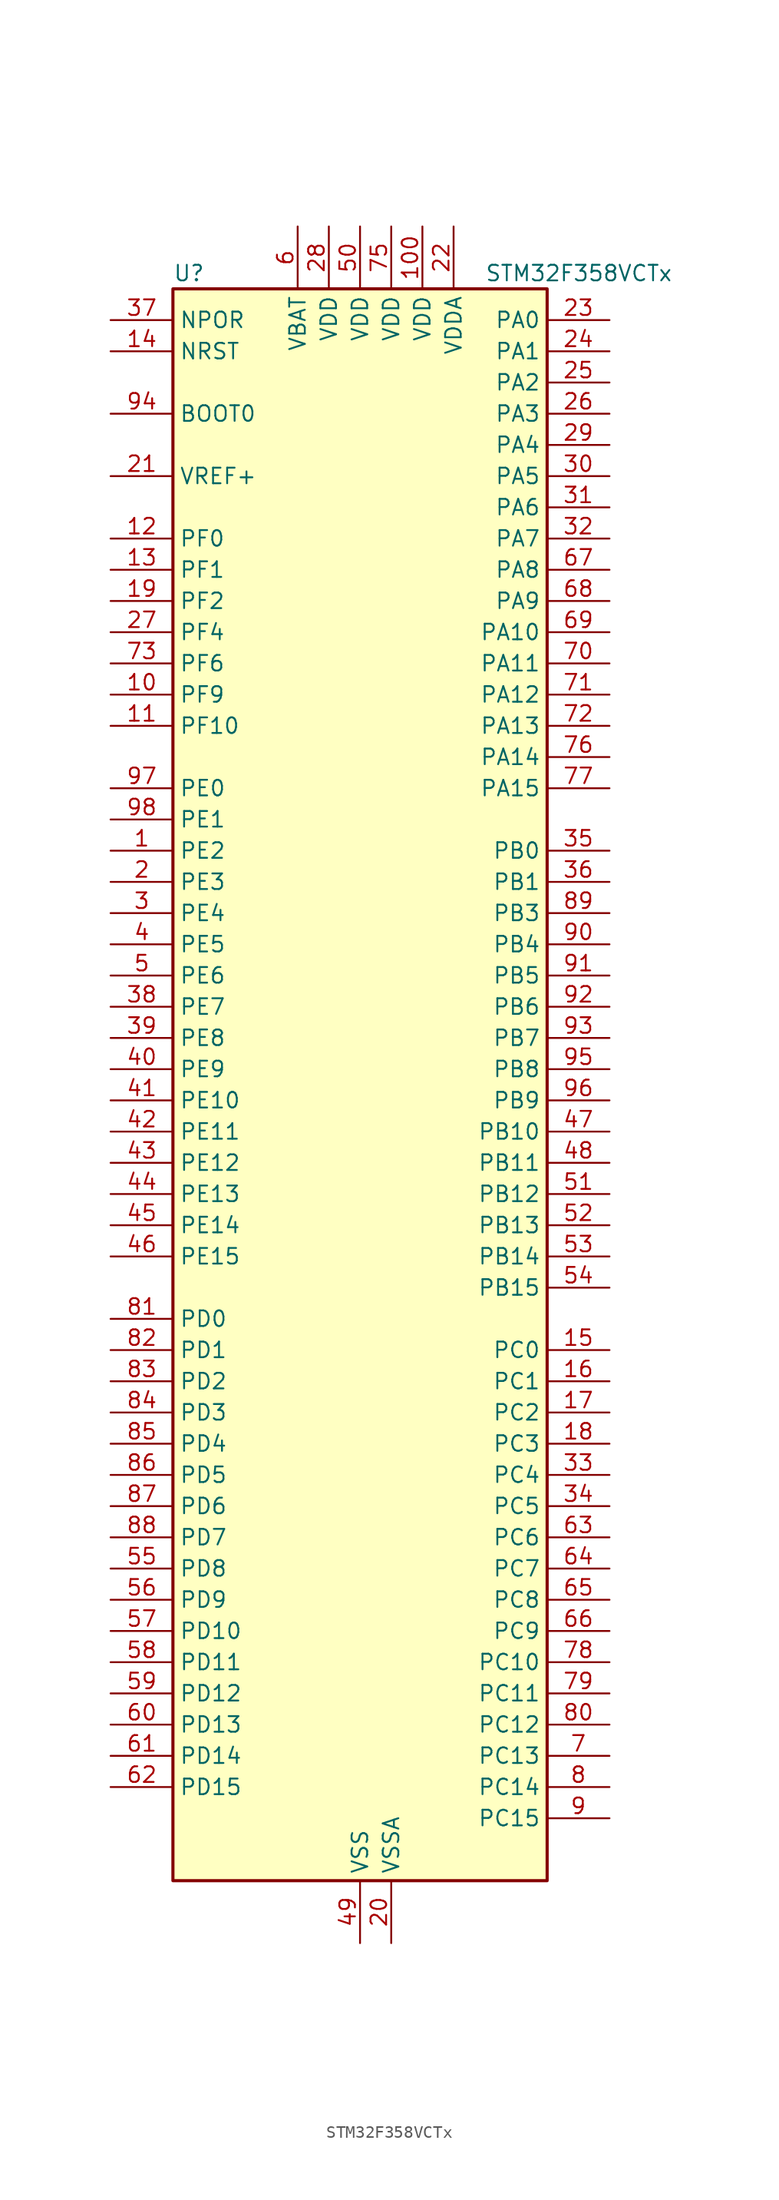
<source format=kicad_sym>
(kicad_symbol_lib
  (version 20231120)
  (generator "kicad_symbol_editor")
  (generator_version "8.0")
  (symbol "STM32F358VCTx"
    (property "Reference" "U"
      (at -15.24 67.31 0)
      (effects (font (size 1.27 1.27)) (justify left)))
    (property "Value" "STM32F358VCTx"
      (at 10.16 67.31 0)
      (effects (font (size 1.27 1.27)) (justify left)))
    (property "ki_locked" ""
      (at 0 0 0)
      (effects (font (size 1.27 1.27))))
    (symbol "STM32F358VCTx_0_1"
      (rectangle (start -15.24 -63.5) (end 15.24 66.04) (stroke (width 0.254) (type default)) (fill (type background))))
    (symbol "STM32F358VCTx_1_1"
      (pin bidirectional line (at -20.32 20.32 0) (length 5.08) (name "PE2" (effects (font (size 1.27 1.27)))) (number "1" (effects (font (size 1.27 1.27)))) (alternate "ADC3_EXTI2" bidirectional line) (alternate "ADC4_EXTI2" bidirectional line) (alternate "SYS_TRACECK" bidirectional line) (alternate "TIM3_CH1" bidirectional line) (alternate "TSC_G7_IO1" bidirectional line))
      (pin bidirectional line (at -20.32 33.02 0) (length 5.08) (name "PF9" (effects (font (size 1.27 1.27)))) (number "10" (effects (font (size 1.27 1.27)))) (alternate "DAC_EXTI9" bidirectional line) (alternate "SPI2_SCK" bidirectional line) (alternate "TIM15_CH1" bidirectional line))
      (pin power_in line (at 5.08 71.12 270) (length 5.08) (name "VDD" (effects (font (size 1.27 1.27)))) (number "100" (effects (font (size 1.27 1.27)))))
      (pin bidirectional line (at -20.32 30.48 0) (length 5.08) (name "PF10" (effects (font (size 1.27 1.27)))) (number "11" (effects (font (size 1.27 1.27)))) (alternate "SPI2_SCK" bidirectional line) (alternate "TIM15_CH2" bidirectional line))
      (pin bidirectional line (at -20.32 45.72 0) (length 5.08) (name "PF0" (effects (font (size 1.27 1.27)))) (number "12" (effects (font (size 1.27 1.27)))) (alternate "I2C2_SDA" bidirectional line) (alternate "RCC_OSC_IN" bidirectional line) (alternate "TIM1_CH3N" bidirectional line))
      (pin bidirectional line (at -20.32 43.18 0) (length 5.08) (name "PF1" (effects (font (size 1.27 1.27)))) (number "13" (effects (font (size 1.27 1.27)))) (alternate "I2C2_SCL" bidirectional line) (alternate "RCC_OSC_OUT" bidirectional line))
      (pin input line (at -20.32 60.96 0) (length 5.08) (name "NRST" (effects (font (size 1.27 1.27)))) (number "14" (effects (font (size 1.27 1.27)))))
      (pin bidirectional line (at 20.32 -20.32 180) (length 5.08) (name "PC0" (effects (font (size 1.27 1.27)))) (number "15" (effects (font (size 1.27 1.27)))) (alternate "ADC1_IN6" bidirectional line) (alternate "ADC2_IN6" bidirectional line) (alternate "COMP7_INM" bidirectional line))
      (pin bidirectional line (at 20.32 -22.86 180) (length 5.08) (name "PC1" (effects (font (size 1.27 1.27)))) (number "16" (effects (font (size 1.27 1.27)))) (alternate "ADC1_IN7" bidirectional line) (alternate "ADC2_IN7" bidirectional line) (alternate "COMP7_INP" bidirectional line))
      (pin bidirectional line (at 20.32 -25.4 180) (length 5.08) (name "PC2" (effects (font (size 1.27 1.27)))) (number "17" (effects (font (size 1.27 1.27)))) (alternate "ADC1_IN8" bidirectional line) (alternate "ADC2_IN8" bidirectional line) (alternate "ADC3_EXTI2" bidirectional line) (alternate "ADC4_EXTI2" bidirectional line) (alternate "COMP7_OUT" bidirectional line))
      (pin bidirectional line (at 20.32 -27.94 180) (length 5.08) (name "PC3" (effects (font (size 1.27 1.27)))) (number "18" (effects (font (size 1.27 1.27)))) (alternate "ADC1_IN9" bidirectional line) (alternate "ADC2_IN9" bidirectional line) (alternate "TIM1_BKIN2" bidirectional line))
      (pin bidirectional line (at -20.32 40.64 0) (length 5.08) (name "PF2" (effects (font (size 1.27 1.27)))) (number "19" (effects (font (size 1.27 1.27)))) (alternate "ADC1_IN10" bidirectional line) (alternate "ADC2_IN10" bidirectional line) (alternate "ADC3_EXTI2" bidirectional line) (alternate "ADC4_EXTI2" bidirectional line))
      (pin bidirectional line (at -20.32 17.78 0) (length 5.08) (name "PE3" (effects (font (size 1.27 1.27)))) (number "2" (effects (font (size 1.27 1.27)))) (alternate "SYS_TRACED0" bidirectional line) (alternate "TIM3_CH2" bidirectional line) (alternate "TSC_G7_IO2" bidirectional line))
      (pin power_in line (at 2.54 -68.58 90) (length 5.08) (name "VSSA" (effects (font (size 1.27 1.27)))) (number "20" (effects (font (size 1.27 1.27)))))
      (pin input line (at -20.32 50.8 0) (length 5.08) (name "VREF+" (effects (font (size 1.27 1.27)))) (number "21" (effects (font (size 1.27 1.27)))))
      (pin power_in line (at 7.62 71.12 270) (length 5.08) (name "VDDA" (effects (font (size 1.27 1.27)))) (number "22" (effects (font (size 1.27 1.27)))))
      (pin bidirectional line (at 20.32 63.5 180) (length 5.08) (name "PA0" (effects (font (size 1.27 1.27)))) (number "23" (effects (font (size 1.27 1.27)))) (alternate "ADC1_IN1" bidirectional line) (alternate "COMP1_INM" bidirectional line) (alternate "COMP1_OUT" bidirectional line) (alternate "COMP7_INP" bidirectional line) (alternate "RTC_TAMP2" bidirectional line) (alternate "SYS_WKUP1" bidirectional line) (alternate "TIM2_CH1" bidirectional line) (alternate "TIM2_ETR" bidirectional line) (alternate "TIM8_BKIN" bidirectional line) (alternate "TIM8_ETR" bidirectional line) (alternate "TSC_G1_IO1" bidirectional line) (alternate "USART2_CTS" bidirectional line))
      (pin bidirectional line (at 20.32 60.96 180) (length 5.08) (name "PA1" (effects (font (size 1.27 1.27)))) (number "24" (effects (font (size 1.27 1.27)))) (alternate "ADC1_IN2" bidirectional line) (alternate "COMP1_INP" bidirectional line) (alternate "OPAMP1_VINP" bidirectional line) (alternate "OPAMP1_VINP_SEC" bidirectional line) (alternate "OPAMP3_VINP" bidirectional line) (alternate "OPAMP3_VINP_SEC" bidirectional line) (alternate "RTC_REFIN" bidirectional line) (alternate "TIM15_CH1N" bidirectional line) (alternate "TIM2_CH2" bidirectional line) (alternate "TSC_G1_IO2" bidirectional line) (alternate "USART2_DE" bidirectional line) (alternate "USART2_RTS" bidirectional line))
      (pin bidirectional line (at 20.32 58.42 180) (length 5.08) (name "PA2" (effects (font (size 1.27 1.27)))) (number "25" (effects (font (size 1.27 1.27)))) (alternate "ADC1_IN3" bidirectional line) (alternate "ADC3_EXTI2" bidirectional line) (alternate "ADC4_EXTI2" bidirectional line) (alternate "COMP2_INM" bidirectional line) (alternate "COMP2_OUT" bidirectional line) (alternate "OPAMP1_VOUT" bidirectional line) (alternate "TIM15_CH1" bidirectional line) (alternate "TIM2_CH3" bidirectional line) (alternate "TSC_G1_IO3" bidirectional line) (alternate "USART2_TX" bidirectional line))
      (pin bidirectional line (at 20.32 55.88 180) (length 5.08) (name "PA3" (effects (font (size 1.27 1.27)))) (number "26" (effects (font (size 1.27 1.27)))) (alternate "ADC1_IN4" bidirectional line) (alternate "COMP2_INP" bidirectional line) (alternate "OPAMP1_VINM" bidirectional line) (alternate "OPAMP1_VINM_SEC" bidirectional line) (alternate "OPAMP1_VINP" bidirectional line) (alternate "OPAMP1_VINP_SEC" bidirectional line) (alternate "TIM15_CH2" bidirectional line) (alternate "TIM2_CH4" bidirectional line) (alternate "TSC_G1_IO4" bidirectional line) (alternate "USART2_RX" bidirectional line))
      (pin bidirectional line (at -20.32 38.1 0) (length 5.08) (name "PF4" (effects (font (size 1.27 1.27)))) (number "27" (effects (font (size 1.27 1.27)))) (alternate "ADC1_IN5" bidirectional line) (alternate "COMP1_OUT" bidirectional line))
      (pin power_in line (at -2.54 71.12 270) (length 5.08) (name "VDD" (effects (font (size 1.27 1.27)))) (number "28" (effects (font (size 1.27 1.27)))))
      (pin bidirectional line (at 20.32 53.34 180) (length 5.08) (name "PA4" (effects (font (size 1.27 1.27)))) (number "29" (effects (font (size 1.27 1.27)))) (alternate "ADC2_IN1" bidirectional line) (alternate "COMP1_INM" bidirectional line) (alternate "COMP2_INM" bidirectional line) (alternate "COMP3_INM" bidirectional line) (alternate "COMP4_INM" bidirectional line) (alternate "COMP5_INM" bidirectional line) (alternate "COMP6_INM" bidirectional line) (alternate "COMP7_INM" bidirectional line) (alternate "DAC_OUT1" bidirectional line) (alternate "I2S3_WS" bidirectional line) (alternate "OPAMP4_VINP" bidirectional line) (alternate "OPAMP4_VINP_SEC" bidirectional line) (alternate "SPI1_NSS" bidirectional line) (alternate "SPI3_NSS" bidirectional line) (alternate "TIM3_CH2" bidirectional line) (alternate "TSC_G2_IO1" bidirectional line) (alternate "USART2_CK" bidirectional line))
      (pin bidirectional line (at -20.32 15.24 0) (length 5.08) (name "PE4" (effects (font (size 1.27 1.27)))) (number "3" (effects (font (size 1.27 1.27)))) (alternate "SYS_TRACED1" bidirectional line) (alternate "TIM3_CH3" bidirectional line) (alternate "TSC_G7_IO3" bidirectional line))
      (pin bidirectional line (at 20.32 50.8 180) (length 5.08) (name "PA5" (effects (font (size 1.27 1.27)))) (number "30" (effects (font (size 1.27 1.27)))) (alternate "ADC2_IN2" bidirectional line) (alternate "COMP1_INM" bidirectional line) (alternate "COMP2_INM" bidirectional line) (alternate "COMP3_INM" bidirectional line) (alternate "COMP4_INM" bidirectional line) (alternate "COMP5_INM" bidirectional line) (alternate "COMP6_INM" bidirectional line) (alternate "COMP7_INM" bidirectional line) (alternate "DAC_OUT2" bidirectional line) (alternate "OPAMP1_VINP" bidirectional line) (alternate "OPAMP1_VINP_SEC" bidirectional line) (alternate "OPAMP2_VINM" bidirectional line) (alternate "OPAMP2_VINM_SEC" bidirectional line) (alternate "OPAMP3_VINP" bidirectional line) (alternate "OPAMP3_VINP_SEC" bidirectional line) (alternate "SPI1_SCK" bidirectional line) (alternate "TIM2_CH1" bidirectional line) (alternate "TIM2_ETR" bidirectional line) (alternate "TSC_G2_IO2" bidirectional line))
      (pin bidirectional line (at 20.32 48.26 180) (length 5.08) (name "PA6" (effects (font (size 1.27 1.27)))) (number "31" (effects (font (size 1.27 1.27)))) (alternate "ADC2_IN3" bidirectional line) (alternate "COMP1_OUT" bidirectional line) (alternate "OPAMP2_VOUT" bidirectional line) (alternate "SPI1_MISO" bidirectional line) (alternate "TIM16_CH1" bidirectional line) (alternate "TIM1_BKIN" bidirectional line) (alternate "TIM3_CH1" bidirectional line) (alternate "TIM8_BKIN" bidirectional line) (alternate "TSC_G2_IO3" bidirectional line))
      (pin bidirectional line (at 20.32 45.72 180) (length 5.08) (name "PA7" (effects (font (size 1.27 1.27)))) (number "32" (effects (font (size 1.27 1.27)))) (alternate "ADC2_IN4" bidirectional line) (alternate "COMP2_INP" bidirectional line) (alternate "COMP2_OUT" bidirectional line) (alternate "OPAMP1_VINP" bidirectional line) (alternate "OPAMP1_VINP_SEC" bidirectional line) (alternate "OPAMP2_VINP" bidirectional line) (alternate "OPAMP2_VINP_SEC" bidirectional line) (alternate "SPI1_MOSI" bidirectional line) (alternate "TIM17_CH1" bidirectional line) (alternate "TIM1_CH1N" bidirectional line) (alternate "TIM3_CH2" bidirectional line) (alternate "TIM8_CH1N" bidirectional line) (alternate "TSC_G2_IO4" bidirectional line))
      (pin bidirectional line (at 20.32 -30.48 180) (length 5.08) (name "PC4" (effects (font (size 1.27 1.27)))) (number "33" (effects (font (size 1.27 1.27)))) (alternate "ADC2_IN5" bidirectional line) (alternate "USART1_TX" bidirectional line))
      (pin bidirectional line (at 20.32 -33.02 180) (length 5.08) (name "PC5" (effects (font (size 1.27 1.27)))) (number "34" (effects (font (size 1.27 1.27)))) (alternate "ADC2_IN11" bidirectional line) (alternate "OPAMP1_VINM" bidirectional line) (alternate "OPAMP1_VINM_SEC" bidirectional line) (alternate "OPAMP2_VINM" bidirectional line) (alternate "OPAMP2_VINM_SEC" bidirectional line) (alternate "TSC_G3_IO1" bidirectional line) (alternate "USART1_RX" bidirectional line))
      (pin bidirectional line (at 20.32 20.32 180) (length 5.08) (name "PB0" (effects (font (size 1.27 1.27)))) (number "35" (effects (font (size 1.27 1.27)))) (alternate "ADC3_IN12" bidirectional line) (alternate "COMP4_INP" bidirectional line) (alternate "OPAMP2_VINP" bidirectional line) (alternate "OPAMP2_VINP_SEC" bidirectional line) (alternate "OPAMP3_VINP" bidirectional line) (alternate "OPAMP3_VINP_SEC" bidirectional line) (alternate "TIM1_CH2N" bidirectional line) (alternate "TIM3_CH3" bidirectional line) (alternate "TIM8_CH2N" bidirectional line) (alternate "TSC_G3_IO2" bidirectional line))
      (pin bidirectional line (at 20.32 17.78 180) (length 5.08) (name "PB1" (effects (font (size 1.27 1.27)))) (number "36" (effects (font (size 1.27 1.27)))) (alternate "ADC3_IN1" bidirectional line) (alternate "COMP4_OUT" bidirectional line) (alternate "OPAMP3_VOUT" bidirectional line) (alternate "TIM1_CH3N" bidirectional line) (alternate "TIM3_CH4" bidirectional line) (alternate "TIM8_CH3N" bidirectional line) (alternate "TSC_G3_IO3" bidirectional line))
      (pin input line (at -20.32 63.5 0) (length 5.08) (name "NPOR" (effects (font (size 1.27 1.27)))) (number "37" (effects (font (size 1.27 1.27)))))
      (pin bidirectional line (at -20.32 7.62 0) (length 5.08) (name "PE7" (effects (font (size 1.27 1.27)))) (number "38" (effects (font (size 1.27 1.27)))) (alternate "ADC3_IN13" bidirectional line) (alternate "COMP4_INP" bidirectional line) (alternate "TIM1_ETR" bidirectional line))
      (pin bidirectional line (at -20.32 5.08 0) (length 5.08) (name "PE8" (effects (font (size 1.27 1.27)))) (number "39" (effects (font (size 1.27 1.27)))) (alternate "ADC3_IN6" bidirectional line) (alternate "ADC4_IN6" bidirectional line) (alternate "COMP4_INM" bidirectional line) (alternate "TIM1_CH1N" bidirectional line))
      (pin bidirectional line (at -20.32 12.7 0) (length 5.08) (name "PE5" (effects (font (size 1.27 1.27)))) (number "4" (effects (font (size 1.27 1.27)))) (alternate "SYS_TRACED2" bidirectional line) (alternate "TIM3_CH4" bidirectional line) (alternate "TSC_G7_IO4" bidirectional line))
      (pin bidirectional line (at -20.32 2.54 0) (length 5.08) (name "PE9" (effects (font (size 1.27 1.27)))) (number "40" (effects (font (size 1.27 1.27)))) (alternate "ADC3_IN2" bidirectional line) (alternate "DAC_EXTI9" bidirectional line) (alternate "TIM1_CH1" bidirectional line))
      (pin bidirectional line (at -20.32 0 0) (length 5.08) (name "PE10" (effects (font (size 1.27 1.27)))) (number "41" (effects (font (size 1.27 1.27)))) (alternate "ADC3_IN14" bidirectional line) (alternate "TIM1_CH2N" bidirectional line))
      (pin bidirectional line (at -20.32 -2.54 0) (length 5.08) (name "PE11" (effects (font (size 1.27 1.27)))) (number "42" (effects (font (size 1.27 1.27)))) (alternate "ADC1_EXTI11" bidirectional line) (alternate "ADC2_EXTI11" bidirectional line) (alternate "ADC3_IN15" bidirectional line) (alternate "TIM1_CH2" bidirectional line))
      (pin bidirectional line (at -20.32 -5.08 0) (length 5.08) (name "PE12" (effects (font (size 1.27 1.27)))) (number "43" (effects (font (size 1.27 1.27)))) (alternate "ADC3_IN16" bidirectional line) (alternate "TIM1_CH3N" bidirectional line))
      (pin bidirectional line (at -20.32 -7.62 0) (length 5.08) (name "PE13" (effects (font (size 1.27 1.27)))) (number "44" (effects (font (size 1.27 1.27)))) (alternate "ADC3_IN3" bidirectional line) (alternate "TIM1_CH3" bidirectional line))
      (pin bidirectional line (at -20.32 -10.16 0) (length 5.08) (name "PE14" (effects (font (size 1.27 1.27)))) (number "45" (effects (font (size 1.27 1.27)))) (alternate "ADC4_IN1" bidirectional line) (alternate "TIM1_BKIN2" bidirectional line) (alternate "TIM1_CH4" bidirectional line))
      (pin bidirectional line (at -20.32 -12.7 0) (length 5.08) (name "PE15" (effects (font (size 1.27 1.27)))) (number "46" (effects (font (size 1.27 1.27)))) (alternate "ADC1_EXTI15" bidirectional line) (alternate "ADC2_EXTI15" bidirectional line) (alternate "ADC4_IN2" bidirectional line) (alternate "TIM1_BKIN" bidirectional line) (alternate "USART3_RX" bidirectional line))
      (pin bidirectional line (at 20.32 -2.54 180) (length 5.08) (name "PB10" (effects (font (size 1.27 1.27)))) (number "47" (effects (font (size 1.27 1.27)))) (alternate "COMP5_INM" bidirectional line) (alternate "OPAMP3_VINM" bidirectional line) (alternate "OPAMP3_VINM_SEC" bidirectional line) (alternate "OPAMP4_VINM" bidirectional line) (alternate "OPAMP4_VINM_SEC" bidirectional line) (alternate "TIM2_CH3" bidirectional line) (alternate "TSC_SYNC" bidirectional line) (alternate "USART3_TX" bidirectional line))
      (pin bidirectional line (at 20.32 -5.08 180) (length 5.08) (name "PB11" (effects (font (size 1.27 1.27)))) (number "48" (effects (font (size 1.27 1.27)))) (alternate "ADC1_EXTI11" bidirectional line) (alternate "ADC2_EXTI11" bidirectional line) (alternate "COMP6_INP" bidirectional line) (alternate "OPAMP4_VINP" bidirectional line) (alternate "OPAMP4_VINP_SEC" bidirectional line) (alternate "TIM2_CH4" bidirectional line) (alternate "TSC_G6_IO1" bidirectional line) (alternate "USART3_RX" bidirectional line))
      (pin power_in line (at 0 -68.58 90) (length 5.08) (name "VSS" (effects (font (size 1.27 1.27)))) (number "49" (effects (font (size 1.27 1.27)))))
      (pin bidirectional line (at -20.32 10.16 0) (length 5.08) (name "PE6" (effects (font (size 1.27 1.27)))) (number "5" (effects (font (size 1.27 1.27)))) (alternate "RTC_TAMP3" bidirectional line) (alternate "SYS_TRACED3" bidirectional line) (alternate "SYS_WKUP3" bidirectional line))
      (pin power_in line (at 0 71.12 270) (length 5.08) (name "VDD" (effects (font (size 1.27 1.27)))) (number "50" (effects (font (size 1.27 1.27)))))
      (pin bidirectional line (at 20.32 -7.62 180) (length 5.08) (name "PB12" (effects (font (size 1.27 1.27)))) (number "51" (effects (font (size 1.27 1.27)))) (alternate "ADC4_IN3" bidirectional line) (alternate "COMP3_INM" bidirectional line) (alternate "I2C2_SMBA" bidirectional line) (alternate "I2S2_WS" bidirectional line) (alternate "OPAMP4_VOUT" bidirectional line) (alternate "SPI2_NSS" bidirectional line) (alternate "TIM1_BKIN" bidirectional line) (alternate "TSC_G6_IO2" bidirectional line) (alternate "USART3_CK" bidirectional line))
      (pin bidirectional line (at 20.32 -10.16 180) (length 5.08) (name "PB13" (effects (font (size 1.27 1.27)))) (number "52" (effects (font (size 1.27 1.27)))) (alternate "ADC3_IN5" bidirectional line) (alternate "COMP5_INP" bidirectional line) (alternate "I2S2_CK" bidirectional line) (alternate "OPAMP3_VINP" bidirectional line) (alternate "OPAMP3_VINP_SEC" bidirectional line) (alternate "OPAMP4_VINP" bidirectional line) (alternate "OPAMP4_VINP_SEC" bidirectional line) (alternate "SPI2_SCK" bidirectional line) (alternate "TIM1_CH1N" bidirectional line) (alternate "TSC_G6_IO3" bidirectional line) (alternate "USART3_CTS" bidirectional line))
      (pin bidirectional line (at 20.32 -12.7 180) (length 5.08) (name "PB14" (effects (font (size 1.27 1.27)))) (number "53" (effects (font (size 1.27 1.27)))) (alternate "ADC4_IN4" bidirectional line) (alternate "COMP3_INP" bidirectional line) (alternate "I2S2_ext_SD" bidirectional line) (alternate "OPAMP2_VINP" bidirectional line) (alternate "OPAMP2_VINP_SEC" bidirectional line) (alternate "SPI2_MISO" bidirectional line) (alternate "TIM15_CH1" bidirectional line) (alternate "TIM1_CH2N" bidirectional line) (alternate "TSC_G6_IO4" bidirectional line) (alternate "USART3_DE" bidirectional line) (alternate "USART3_RTS" bidirectional line))
      (pin bidirectional line (at 20.32 -15.24 180) (length 5.08) (name "PB15" (effects (font (size 1.27 1.27)))) (number "54" (effects (font (size 1.27 1.27)))) (alternate "ADC1_EXTI15" bidirectional line) (alternate "ADC2_EXTI15" bidirectional line) (alternate "ADC4_IN5" bidirectional line) (alternate "COMP6_INM" bidirectional line) (alternate "I2S2_SD" bidirectional line) (alternate "RTC_REFIN" bidirectional line) (alternate "SPI2_MOSI" bidirectional line) (alternate "TIM15_CH1N" bidirectional line) (alternate "TIM15_CH2" bidirectional line) (alternate "TIM1_CH3N" bidirectional line))
      (pin bidirectional line (at -20.32 -38.1 0) (length 5.08) (name "PD8" (effects (font (size 1.27 1.27)))) (number "55" (effects (font (size 1.27 1.27)))) (alternate "ADC4_IN12" bidirectional line) (alternate "OPAMP4_VINM" bidirectional line) (alternate "OPAMP4_VINM_SEC" bidirectional line) (alternate "USART3_TX" bidirectional line))
      (pin bidirectional line (at -20.32 -40.64 0) (length 5.08) (name "PD9" (effects (font (size 1.27 1.27)))) (number "56" (effects (font (size 1.27 1.27)))) (alternate "ADC4_IN13" bidirectional line) (alternate "DAC_EXTI9" bidirectional line) (alternate "USART3_RX" bidirectional line))
      (pin bidirectional line (at -20.32 -43.18 0) (length 5.08) (name "PD10" (effects (font (size 1.27 1.27)))) (number "57" (effects (font (size 1.27 1.27)))) (alternate "ADC3_IN7" bidirectional line) (alternate "ADC4_IN7" bidirectional line) (alternate "COMP6_INM" bidirectional line) (alternate "USART3_CK" bidirectional line))
      (pin bidirectional line (at -20.32 -45.72 0) (length 5.08) (name "PD11" (effects (font (size 1.27 1.27)))) (number "58" (effects (font (size 1.27 1.27)))) (alternate "ADC1_EXTI11" bidirectional line) (alternate "ADC2_EXTI11" bidirectional line) (alternate "ADC3_IN8" bidirectional line) (alternate "ADC4_IN8" bidirectional line) (alternate "COMP6_INP" bidirectional line) (alternate "OPAMP4_VINP" bidirectional line) (alternate "OPAMP4_VINP_SEC" bidirectional line) (alternate "USART3_CTS" bidirectional line))
      (pin bidirectional line (at -20.32 -48.26 0) (length 5.08) (name "PD12" (effects (font (size 1.27 1.27)))) (number "59" (effects (font (size 1.27 1.27)))) (alternate "ADC3_IN9" bidirectional line) (alternate "ADC4_IN9" bidirectional line) (alternate "COMP5_INP" bidirectional line) (alternate "TIM4_CH1" bidirectional line) (alternate "TSC_G8_IO1" bidirectional line) (alternate "USART3_DE" bidirectional line) (alternate "USART3_RTS" bidirectional line))
      (pin power_in line (at -5.08 71.12 270) (length 5.08) (name "VBAT" (effects (font (size 1.27 1.27)))) (number "6" (effects (font (size 1.27 1.27)))))
      (pin bidirectional line (at -20.32 -50.8 0) (length 5.08) (name "PD13" (effects (font (size 1.27 1.27)))) (number "60" (effects (font (size 1.27 1.27)))) (alternate "ADC3_IN10" bidirectional line) (alternate "ADC4_IN10" bidirectional line) (alternate "COMP5_INM" bidirectional line) (alternate "TIM4_CH2" bidirectional line) (alternate "TSC_G8_IO2" bidirectional line))
      (pin bidirectional line (at -20.32 -53.34 0) (length 5.08) (name "PD14" (effects (font (size 1.27 1.27)))) (number "61" (effects (font (size 1.27 1.27)))) (alternate "ADC3_IN11" bidirectional line) (alternate "ADC4_IN11" bidirectional line) (alternate "COMP3_INP" bidirectional line) (alternate "OPAMP2_VINP" bidirectional line) (alternate "OPAMP2_VINP_SEC" bidirectional line) (alternate "TIM4_CH3" bidirectional line) (alternate "TSC_G8_IO3" bidirectional line))
      (pin bidirectional line (at -20.32 -55.88 0) (length 5.08) (name "PD15" (effects (font (size 1.27 1.27)))) (number "62" (effects (font (size 1.27 1.27)))) (alternate "ADC1_EXTI15" bidirectional line) (alternate "ADC2_EXTI15" bidirectional line) (alternate "COMP3_INM" bidirectional line) (alternate "SPI2_NSS" bidirectional line) (alternate "TIM4_CH4" bidirectional line) (alternate "TSC_G8_IO4" bidirectional line))
      (pin bidirectional line (at 20.32 -35.56 180) (length 5.08) (name "PC6" (effects (font (size 1.27 1.27)))) (number "63" (effects (font (size 1.27 1.27)))) (alternate "COMP6_OUT" bidirectional line) (alternate "I2S2_MCK" bidirectional line) (alternate "TIM3_CH1" bidirectional line) (alternate "TIM8_CH1" bidirectional line))
      (pin bidirectional line (at 20.32 -38.1 180) (length 5.08) (name "PC7" (effects (font (size 1.27 1.27)))) (number "64" (effects (font (size 1.27 1.27)))) (alternate "COMP5_OUT" bidirectional line) (alternate "I2S3_MCK" bidirectional line) (alternate "TIM3_CH2" bidirectional line) (alternate "TIM8_CH2" bidirectional line))
      (pin bidirectional line (at 20.32 -40.64 180) (length 5.08) (name "PC8" (effects (font (size 1.27 1.27)))) (number "65" (effects (font (size 1.27 1.27)))) (alternate "COMP3_OUT" bidirectional line) (alternate "TIM3_CH3" bidirectional line) (alternate "TIM8_CH3" bidirectional line))
      (pin bidirectional line (at 20.32 -43.18 180) (length 5.08) (name "PC9" (effects (font (size 1.27 1.27)))) (number "66" (effects (font (size 1.27 1.27)))) (alternate "DAC_EXTI9" bidirectional line) (alternate "I2S_CKIN" bidirectional line) (alternate "TIM3_CH4" bidirectional line) (alternate "TIM8_BKIN2" bidirectional line) (alternate "TIM8_CH4" bidirectional line))
      (pin bidirectional line (at 20.32 43.18 180) (length 5.08) (name "PA8" (effects (font (size 1.27 1.27)))) (number "67" (effects (font (size 1.27 1.27)))) (alternate "COMP3_OUT" bidirectional line) (alternate "I2C2_SMBA" bidirectional line) (alternate "I2S2_MCK" bidirectional line) (alternate "RCC_MCO" bidirectional line) (alternate "TIM1_CH1" bidirectional line) (alternate "TIM4_ETR" bidirectional line) (alternate "USART1_CK" bidirectional line))
      (pin bidirectional line (at 20.32 40.64 180) (length 5.08) (name "PA9" (effects (font (size 1.27 1.27)))) (number "68" (effects (font (size 1.27 1.27)))) (alternate "COMP5_OUT" bidirectional line) (alternate "DAC_EXTI9" bidirectional line) (alternate "I2C2_SCL" bidirectional line) (alternate "I2S3_MCK" bidirectional line) (alternate "TIM15_BKIN" bidirectional line) (alternate "TIM1_CH2" bidirectional line) (alternate "TIM2_CH3" bidirectional line) (alternate "TSC_G4_IO1" bidirectional line) (alternate "USART1_TX" bidirectional line))
      (pin bidirectional line (at 20.32 38.1 180) (length 5.08) (name "PA10" (effects (font (size 1.27 1.27)))) (number "69" (effects (font (size 1.27 1.27)))) (alternate "COMP6_OUT" bidirectional line) (alternate "I2C2_SDA" bidirectional line) (alternate "TIM17_BKIN" bidirectional line) (alternate "TIM1_CH3" bidirectional line) (alternate "TIM2_CH4" bidirectional line) (alternate "TIM8_BKIN" bidirectional line) (alternate "TSC_G4_IO2" bidirectional line) (alternate "USART1_RX" bidirectional line))
      (pin bidirectional line (at 20.32 -53.34 180) (length 5.08) (name "PC13" (effects (font (size 1.27 1.27)))) (number "7" (effects (font (size 1.27 1.27)))) (alternate "RTC_OUT_ALARM" bidirectional line) (alternate "RTC_OUT_CALIB" bidirectional line) (alternate "RTC_TAMP1" bidirectional line) (alternate "RTC_TS" bidirectional line) (alternate "SYS_WKUP2" bidirectional line) (alternate "TIM1_CH1N" bidirectional line))
      (pin bidirectional line (at 20.32 35.56 180) (length 5.08) (name "PA11" (effects (font (size 1.27 1.27)))) (number "70" (effects (font (size 1.27 1.27)))) (alternate "ADC1_EXTI11" bidirectional line) (alternate "ADC2_EXTI11" bidirectional line) (alternate "CAN_RX" bidirectional line) (alternate "COMP1_OUT" bidirectional line) (alternate "TIM1_BKIN2" bidirectional line) (alternate "TIM1_CH1N" bidirectional line) (alternate "TIM1_CH4" bidirectional line) (alternate "TIM4_CH1" bidirectional line) (alternate "USART1_CTS" bidirectional line))
      (pin bidirectional line (at 20.32 33.02 180) (length 5.08) (name "PA12" (effects (font (size 1.27 1.27)))) (number "71" (effects (font (size 1.27 1.27)))) (alternate "CAN_TX" bidirectional line) (alternate "COMP2_OUT" bidirectional line) (alternate "TIM16_CH1" bidirectional line) (alternate "TIM1_CH2N" bidirectional line) (alternate "TIM1_ETR" bidirectional line) (alternate "TIM4_CH2" bidirectional line) (alternate "USART1_DE" bidirectional line) (alternate "USART1_RTS" bidirectional line))
      (pin bidirectional line (at 20.32 30.48 180) (length 5.08) (name "PA13" (effects (font (size 1.27 1.27)))) (number "72" (effects (font (size 1.27 1.27)))) (alternate "IR_OUT" bidirectional line) (alternate "SYS_JTMS-SWDIO" bidirectional line) (alternate "TIM16_CH1N" bidirectional line) (alternate "TIM4_CH3" bidirectional line) (alternate "TSC_G4_IO3" bidirectional line) (alternate "USART3_CTS" bidirectional line))
      (pin bidirectional line (at -20.32 35.56 0) (length 5.08) (name "PF6" (effects (font (size 1.27 1.27)))) (number "73" (effects (font (size 1.27 1.27)))) (alternate "I2C2_SCL" bidirectional line) (alternate "TIM4_CH4" bidirectional line) (alternate "USART3_DE" bidirectional line) (alternate "USART3_RTS" bidirectional line))
      (pin passive line (at 0 -68.58 90) (length 5.08) hide (name "VSS" (effects (font (size 1.27 1.27)))) (number "74" (effects (font (size 1.27 1.27)))))
      (pin power_in line (at 2.54 71.12 270) (length 5.08) (name "VDD" (effects (font (size 1.27 1.27)))) (number "75" (effects (font (size 1.27 1.27)))))
      (pin bidirectional line (at 20.32 27.94 180) (length 5.08) (name "PA14" (effects (font (size 1.27 1.27)))) (number "76" (effects (font (size 1.27 1.27)))) (alternate "I2C1_SDA" bidirectional line) (alternate "SYS_JTCK-SWCLK" bidirectional line) (alternate "TIM1_BKIN" bidirectional line) (alternate "TIM8_CH2" bidirectional line) (alternate "TSC_G4_IO4" bidirectional line) (alternate "USART2_TX" bidirectional line))
      (pin bidirectional line (at 20.32 25.4 180) (length 5.08) (name "PA15" (effects (font (size 1.27 1.27)))) (number "77" (effects (font (size 1.27 1.27)))) (alternate "ADC1_EXTI15" bidirectional line) (alternate "ADC2_EXTI15" bidirectional line) (alternate "I2C1_SCL" bidirectional line) (alternate "I2S3_WS" bidirectional line) (alternate "SPI1_NSS" bidirectional line) (alternate "SPI3_NSS" bidirectional line) (alternate "SYS_JTDI" bidirectional line) (alternate "TIM1_BKIN" bidirectional line) (alternate "TIM2_CH1" bidirectional line) (alternate "TIM2_ETR" bidirectional line) (alternate "TIM8_CH1" bidirectional line) (alternate "USART2_RX" bidirectional line))
      (pin bidirectional line (at 20.32 -45.72 180) (length 5.08) (name "PC10" (effects (font (size 1.27 1.27)))) (number "78" (effects (font (size 1.27 1.27)))) (alternate "I2S3_CK" bidirectional line) (alternate "SPI3_SCK" bidirectional line) (alternate "TIM8_CH1N" bidirectional line) (alternate "UART4_TX" bidirectional line) (alternate "USART3_TX" bidirectional line))
      (pin bidirectional line (at 20.32 -48.26 180) (length 5.08) (name "PC11" (effects (font (size 1.27 1.27)))) (number "79" (effects (font (size 1.27 1.27)))) (alternate "ADC1_EXTI11" bidirectional line) (alternate "ADC2_EXTI11" bidirectional line) (alternate "I2S3_ext_SD" bidirectional line) (alternate "SPI3_MISO" bidirectional line) (alternate "TIM8_CH2N" bidirectional line) (alternate "UART4_RX" bidirectional line) (alternate "USART3_RX" bidirectional line))
      (pin bidirectional line (at 20.32 -55.88 180) (length 5.08) (name "PC14" (effects (font (size 1.27 1.27)))) (number "8" (effects (font (size 1.27 1.27)))) (alternate "RCC_OSC32_IN" bidirectional line))
      (pin bidirectional line (at 20.32 -50.8 180) (length 5.08) (name "PC12" (effects (font (size 1.27 1.27)))) (number "80" (effects (font (size 1.27 1.27)))) (alternate "I2S3_SD" bidirectional line) (alternate "SPI3_MOSI" bidirectional line) (alternate "TIM8_CH3N" bidirectional line) (alternate "UART5_TX" bidirectional line) (alternate "USART3_CK" bidirectional line))
      (pin bidirectional line (at -20.32 -17.78 0) (length 5.08) (name "PD0" (effects (font (size 1.27 1.27)))) (number "81" (effects (font (size 1.27 1.27)))) (alternate "CAN_RX" bidirectional line))
      (pin bidirectional line (at -20.32 -20.32 0) (length 5.08) (name "PD1" (effects (font (size 1.27 1.27)))) (number "82" (effects (font (size 1.27 1.27)))) (alternate "CAN_TX" bidirectional line) (alternate "TIM8_BKIN2" bidirectional line) (alternate "TIM8_CH4" bidirectional line))
      (pin bidirectional line (at -20.32 -22.86 0) (length 5.08) (name "PD2" (effects (font (size 1.27 1.27)))) (number "83" (effects (font (size 1.27 1.27)))) (alternate "ADC3_EXTI2" bidirectional line) (alternate "ADC4_EXTI2" bidirectional line) (alternate "TIM3_ETR" bidirectional line) (alternate "TIM8_BKIN" bidirectional line) (alternate "UART5_RX" bidirectional line))
      (pin bidirectional line (at -20.32 -25.4 0) (length 5.08) (name "PD3" (effects (font (size 1.27 1.27)))) (number "84" (effects (font (size 1.27 1.27)))) (alternate "TIM2_CH1" bidirectional line) (alternate "TIM2_ETR" bidirectional line) (alternate "USART2_CTS" bidirectional line))
      (pin bidirectional line (at -20.32 -27.94 0) (length 5.08) (name "PD4" (effects (font (size 1.27 1.27)))) (number "85" (effects (font (size 1.27 1.27)))) (alternate "TIM2_CH2" bidirectional line) (alternate "USART2_DE" bidirectional line) (alternate "USART2_RTS" bidirectional line))
      (pin bidirectional line (at -20.32 -30.48 0) (length 5.08) (name "PD5" (effects (font (size 1.27 1.27)))) (number "86" (effects (font (size 1.27 1.27)))) (alternate "USART2_TX" bidirectional line))
      (pin bidirectional line (at -20.32 -33.02 0) (length 5.08) (name "PD6" (effects (font (size 1.27 1.27)))) (number "87" (effects (font (size 1.27 1.27)))) (alternate "TIM2_CH4" bidirectional line) (alternate "USART2_RX" bidirectional line))
      (pin bidirectional line (at -20.32 -35.56 0) (length 5.08) (name "PD7" (effects (font (size 1.27 1.27)))) (number "88" (effects (font (size 1.27 1.27)))) (alternate "TIM2_CH3" bidirectional line) (alternate "USART2_CK" bidirectional line))
      (pin bidirectional line (at 20.32 15.24 180) (length 5.08) (name "PB3" (effects (font (size 1.27 1.27)))) (number "89" (effects (font (size 1.27 1.27)))) (alternate "I2S3_CK" bidirectional line) (alternate "SPI1_SCK" bidirectional line) (alternate "SPI3_SCK" bidirectional line) (alternate "SYS_JTDO-TRACESWO" bidirectional line) (alternate "TIM2_CH2" bidirectional line) (alternate "TIM3_ETR" bidirectional line) (alternate "TIM4_ETR" bidirectional line) (alternate "TIM8_CH1N" bidirectional line) (alternate "TSC_G5_IO1" bidirectional line) (alternate "USART2_TX" bidirectional line))
      (pin bidirectional line (at 20.32 -58.42 180) (length 5.08) (name "PC15" (effects (font (size 1.27 1.27)))) (number "9" (effects (font (size 1.27 1.27)))) (alternate "ADC1_EXTI15" bidirectional line) (alternate "ADC2_EXTI15" bidirectional line) (alternate "RCC_OSC32_OUT" bidirectional line))
      (pin bidirectional line (at 20.32 12.7 180) (length 5.08) (name "PB4" (effects (font (size 1.27 1.27)))) (number "90" (effects (font (size 1.27 1.27)))) (alternate "I2S3_ext_SD" bidirectional line) (alternate "SPI1_MISO" bidirectional line) (alternate "SPI3_MISO" bidirectional line) (alternate "SYS_NJTRST" bidirectional line) (alternate "TIM16_CH1" bidirectional line) (alternate "TIM17_BKIN" bidirectional line) (alternate "TIM3_CH1" bidirectional line) (alternate "TIM8_CH2N" bidirectional line) (alternate "TSC_G5_IO2" bidirectional line) (alternate "USART2_RX" bidirectional line))
      (pin bidirectional line (at 20.32 10.16 180) (length 5.08) (name "PB5" (effects (font (size 1.27 1.27)))) (number "91" (effects (font (size 1.27 1.27)))) (alternate "I2C1_SMBA" bidirectional line) (alternate "I2S3_SD" bidirectional line) (alternate "SPI1_MOSI" bidirectional line) (alternate "SPI3_MOSI" bidirectional line) (alternate "TIM16_BKIN" bidirectional line) (alternate "TIM17_CH1" bidirectional line) (alternate "TIM3_CH2" bidirectional line) (alternate "TIM8_CH3N" bidirectional line) (alternate "USART2_CK" bidirectional line))
      (pin bidirectional line (at 20.32 7.62 180) (length 5.08) (name "PB6" (effects (font (size 1.27 1.27)))) (number "92" (effects (font (size 1.27 1.27)))) (alternate "I2C1_SCL" bidirectional line) (alternate "TIM16_CH1N" bidirectional line) (alternate "TIM4_CH1" bidirectional line) (alternate "TIM8_BKIN2" bidirectional line) (alternate "TIM8_CH1" bidirectional line) (alternate "TIM8_ETR" bidirectional line) (alternate "TSC_G5_IO3" bidirectional line) (alternate "USART1_TX" bidirectional line))
      (pin bidirectional line (at 20.32 5.08 180) (length 5.08) (name "PB7" (effects (font (size 1.27 1.27)))) (number "93" (effects (font (size 1.27 1.27)))) (alternate "I2C1_SDA" bidirectional line) (alternate "TIM17_CH1N" bidirectional line) (alternate "TIM3_CH4" bidirectional line) (alternate "TIM4_CH2" bidirectional line) (alternate "TIM8_BKIN" bidirectional line) (alternate "TSC_G5_IO4" bidirectional line) (alternate "USART1_RX" bidirectional line))
      (pin input line (at -20.32 55.88 0) (length 5.08) (name "BOOT0" (effects (font (size 1.27 1.27)))) (number "94" (effects (font (size 1.27 1.27)))))
      (pin bidirectional line (at 20.32 2.54 180) (length 5.08) (name "PB8" (effects (font (size 1.27 1.27)))) (number "95" (effects (font (size 1.27 1.27)))) (alternate "CAN_RX" bidirectional line) (alternate "COMP1_OUT" bidirectional line) (alternate "I2C1_SCL" bidirectional line) (alternate "TIM16_CH1" bidirectional line) (alternate "TIM1_BKIN" bidirectional line) (alternate "TIM4_CH3" bidirectional line) (alternate "TIM8_CH2" bidirectional line) (alternate "TSC_SYNC" bidirectional line))
      (pin bidirectional line (at 20.32 0 180) (length 5.08) (name "PB9" (effects (font (size 1.27 1.27)))) (number "96" (effects (font (size 1.27 1.27)))) (alternate "CAN_TX" bidirectional line) (alternate "COMP2_OUT" bidirectional line) (alternate "DAC_EXTI9" bidirectional line) (alternate "I2C1_SDA" bidirectional line) (alternate "IR_OUT" bidirectional line) (alternate "TIM17_CH1" bidirectional line) (alternate "TIM4_CH4" bidirectional line) (alternate "TIM8_CH3" bidirectional line))
      (pin bidirectional line (at -20.32 25.4 0) (length 5.08) (name "PE0" (effects (font (size 1.27 1.27)))) (number "97" (effects (font (size 1.27 1.27)))) (alternate "TIM16_CH1" bidirectional line) (alternate "TIM4_ETR" bidirectional line) (alternate "USART1_TX" bidirectional line))
      (pin bidirectional line (at -20.32 22.86 0) (length 5.08) (name "PE1" (effects (font (size 1.27 1.27)))) (number "98" (effects (font (size 1.27 1.27)))) (alternate "TIM17_CH1" bidirectional line) (alternate "USART1_RX" bidirectional line))
      (pin passive line (at 0 -68.58 90) (length 5.08) hide (name "VSS" (effects (font (size 1.27 1.27)))) (number "99" (effects (font (size 1.27 1.27))))))))
</source>
